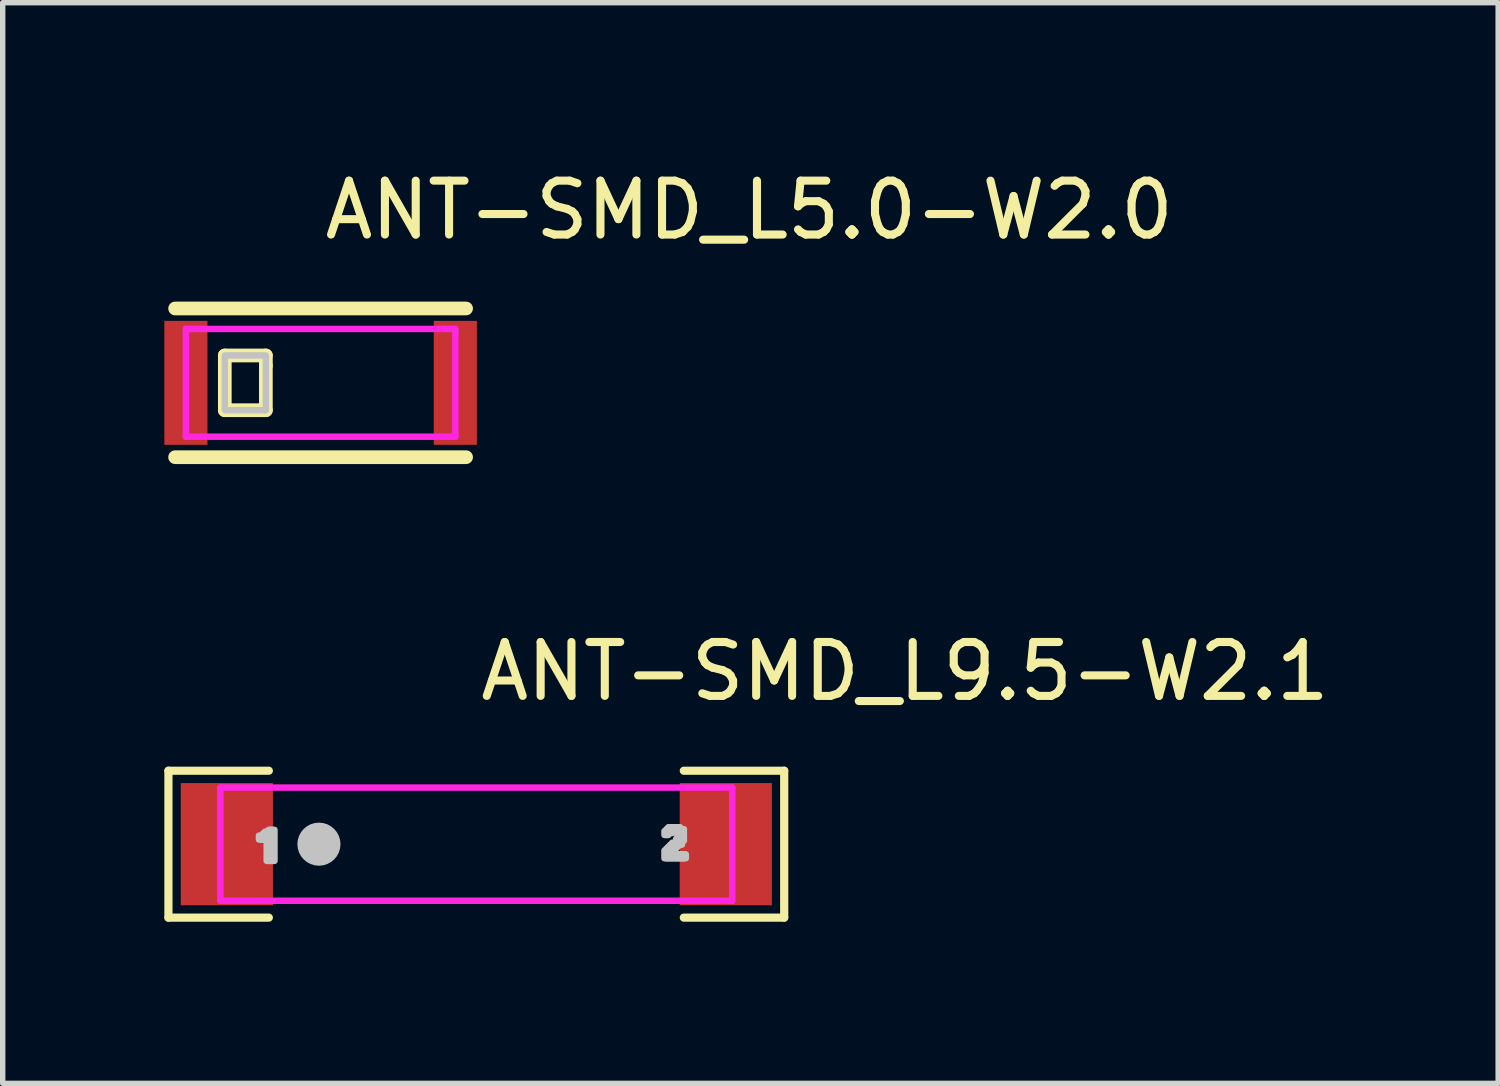
<source format=kicad_pcb>
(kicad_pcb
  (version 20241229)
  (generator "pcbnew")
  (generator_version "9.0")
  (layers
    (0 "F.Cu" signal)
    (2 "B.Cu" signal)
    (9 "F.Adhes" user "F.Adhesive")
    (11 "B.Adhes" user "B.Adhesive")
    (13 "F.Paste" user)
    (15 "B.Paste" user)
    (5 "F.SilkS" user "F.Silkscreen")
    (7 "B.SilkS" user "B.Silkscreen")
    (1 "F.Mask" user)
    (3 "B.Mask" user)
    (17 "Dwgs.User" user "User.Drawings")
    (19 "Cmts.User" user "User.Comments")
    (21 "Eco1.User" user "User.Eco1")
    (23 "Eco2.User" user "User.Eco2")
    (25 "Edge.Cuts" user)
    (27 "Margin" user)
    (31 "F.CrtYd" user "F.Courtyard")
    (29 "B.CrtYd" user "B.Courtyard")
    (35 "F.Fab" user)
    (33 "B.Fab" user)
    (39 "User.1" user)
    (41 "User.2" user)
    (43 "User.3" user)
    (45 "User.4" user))
  (footprint "ANT-SMD_L5.0-W2.0"
    (layer "F.Cu")
    (at 2.9 4.055)
    (property "Reference" "ANT-SMD_L5.0-W2.0" (at 0 -3.207 0) (layer "F.SilkS") (effects (font (size 1 1) (thickness 0.15)) (justify left)))
    (attr through_hole)
    (fp_line (start -2.7 -1.38) (end 2.7 -1.38) (stroke (width 0.254) (type solid)) (layer "F.SilkS"))
    (fp_line (start -2.7 1.38) (end 2.7 1.38) (stroke (width 0.254) (type solid)) (layer "F.SilkS"))
    (fp_line (start -1.778 -0.508) (end -1.778 0.508) (stroke (width 0.254) (type solid)) (layer "F.SilkS"))
    (fp_line (start -1.778 0.508) (end -1.016 0.508) (stroke (width 0.254) (type solid)) (layer "F.SilkS"))
    (fp_line (start -1.016 -0.508) (end -1.778 -0.508) (stroke (width 0.254) (type solid)) (layer "F.SilkS"))
    (fp_line (start -1.016 -0.32) (end -1.016 -0.508) (stroke (width 0.254) (type solid)) (layer "F.SilkS"))
    (fp_line (start -1.016 0.508) (end -1.016 -0.32) (stroke (width 0.254) (type solid)) (layer "F.SilkS"))
    (fp_poly (pts (xy -1.778 -0.508) (xy -1.778 0.508) (xy -1.016 0.508) (xy -1.016 -0.508)) (stroke (width 0.12) (type solid)) (fill no) (layer "Dwgs.User"))
    (fp_circle (center -2.5 1) (end -2.47 1) (stroke (width 0.06) (type solid)) (fill no) (layer "Eco2.User"))
    (fp_poly (pts (xy -2.5 -1) (xy -2 -1) (xy -2 1) (xy -2.5 1)) (stroke (width 0.12) (type solid)) (fill no) (layer "Eco2.User"))
    (fp_poly (pts (xy 2 -1) (xy 2.5 -1) (xy 2.5 1) (xy 2 1)) (stroke (width 0.12) (type solid)) (fill no) (layer "Eco2.User"))
    (fp_line (start -2.5 -1) (end 2.5 -1) (stroke (width 0.12) (type solid)) (layer "F.CrtYd"))
    (fp_line (start -2.5 1) (end -2.5 -1) (stroke (width 0.12) (type solid)) (layer "F.CrtYd"))
    (fp_line (start 2.5 -1) (end 2.5 1) (stroke (width 0.12) (type solid)) (layer "F.CrtYd"))
    (fp_line (start 2.5 1) (end -2.5 1) (stroke (width 0.12) (type solid)) (layer "F.CrtYd"))
    (pad "1" smd rect (at -2.5 0) (size 0.8 2.3) (layers "F.Cu" "F.Mask" "F.Paste"))
    (pad "2" smd rect (at 2.5 0) (size 0.8 2.3) (layers "F.Cu" "F.Mask" "F.Paste")))
  (footprint "ANT-SMD_L9.5-W2.1"
    (layer "F.Cu")
    (at 5.79 12.617)
    (property "Reference" "ANT-SMD_L9.5-W2.1" (at 0 -3.207 0) (layer "F.SilkS") (effects (font (size 1 1) (thickness 0.15)) (justify left)))
    (attr through_hole)
    (fp_line (start -5.714 -1.363) (end -3.851 -1.363) (stroke (width 0.152) (type solid)) (layer "F.SilkS"))
    (fp_line (start -5.714 1.363) (end -5.714 -1.363) (stroke (width 0.152) (type solid)) (layer "F.SilkS"))
    (fp_line (start -3.851 1.363) (end -5.714 1.363) (stroke (width 0.152) (type solid)) (layer "F.SilkS"))
    (fp_line (start 3.851 1.363) (end 5.714 1.363) (stroke (width 0.152) (type solid)) (layer "F.SilkS"))
    (fp_line (start 5.714 -1.363) (end 3.851 -1.363) (stroke (width 0.152) (type solid)) (layer "F.SilkS"))
    (fp_line (start 5.714 1.363) (end 5.714 -1.363) (stroke (width 0.152) (type solid)) (layer "F.SilkS"))
    (fp_poly (pts (xy -3.775 1.034) (xy -3.775 0.486) (xy -3.875 0.386) (xy -4.256 0.386) (xy -4.356 0.286) (xy -4.356 -0.286) (xy -4.256 -0.386) (xy -3.875 -0.386) (xy -3.775 -0.486) (xy -3.775 -1.034) (xy -3.875 -1.134) (xy -5.385 -1.134) (xy -5.485 -1.034) (xy -5.485 1.034) (xy -5.385 1.134) (xy -3.875 1.134)) (stroke (width 0.12) (type solid)) (fill yes) (layer "F.Paste"))
    (fp_poly (pts (xy 3.775 1.034) (xy 3.775 0.486) (xy 3.875 0.386) (xy 4.256 0.386) (xy 4.356 0.286) (xy 4.356 -0.286) (xy 4.256 -0.386) (xy 3.875 -0.386) (xy 3.775 -0.486) (xy 3.775 -1.034) (xy 3.875 -1.134) (xy 5.385 -1.134) (xy 5.485 -1.034) (xy 5.485 1.034) (xy 5.385 1.134) (xy 3.875 1.134)) (stroke (width 0.12) (type solid)) (fill yes) (layer "F.Paste"))
    (fp_circle (center -2.921 0) (end -2.721 0) (stroke (width 0.4) (type solid)) (fill no) (layer "Dwgs.User"))
    (fp_poly (pts (xy -4.034 -0.158) (xy -3.998 -0.158) (xy -3.998 -0.086) (xy -4.034 -0.086)) (stroke (width 0.12) (type solid)) (fill no) (layer "Dwgs.User"))
    (fp_poly (pts (xy -3.998 -0.158) (xy -3.962 -0.158) (xy -3.962 -0.086) (xy -3.998 -0.086)) (stroke (width 0.12) (type solid)) (fill no) (layer "Dwgs.User"))
    (fp_poly (pts (xy -3.962 -0.194) (xy -3.926 -0.194) (xy -3.926 -0.086) (xy -3.962 -0.086)) (stroke (width 0.12) (type solid)) (fill no) (layer "Dwgs.User"))
    (fp_poly (pts (xy -3.926 -0.23) (xy -3.89 -0.23) (xy -3.89 -0.122) (xy -3.926 -0.122)) (stroke (width 0.12) (type solid)) (fill no) (layer "Dwgs.User"))
    (fp_poly (pts (xy -3.89 -0.23) (xy -3.854 -0.23) (xy -3.854 0.31) (xy -3.89 0.31)) (stroke (width 0.12) (type solid)) (fill no) (layer "Dwgs.User"))
    (fp_poly (pts (xy -3.854 -0.266) (xy -3.818 -0.266) (xy -3.818 0.31) (xy -3.854 0.31)) (stroke (width 0.12) (type solid)) (fill no) (layer "Dwgs.User"))
    (fp_poly (pts (xy -3.818 -0.266) (xy -3.782 -0.266) (xy -3.782 0.31) (xy -3.818 0.31)) (stroke (width 0.12) (type solid)) (fill no) (layer "Dwgs.User"))
    (fp_poly (pts (xy -3.782 -0.266) (xy -3.746 -0.266) (xy -3.746 0.31) (xy -3.782 0.31)) (stroke (width 0.12) (type solid)) (fill no) (layer "Dwgs.User"))
    (fp_poly (pts (xy 3.492 -0.243) (xy 3.528 -0.243) (xy 3.528 -0.171) (xy 3.492 -0.171)) (stroke (width 0.12) (type solid)) (fill no) (layer "Dwgs.User"))
    (fp_poly (pts (xy 3.492 0.117) (xy 3.528 0.117) (xy 3.528 0.261) (xy 3.492 0.261)) (stroke (width 0.12) (type solid)) (fill no) (layer "Dwgs.User"))
    (fp_poly (pts (xy 3.528 -0.279) (xy 3.564 -0.279) (xy 3.564 -0.171) (xy 3.528 -0.171)) (stroke (width 0.12) (type solid)) (fill no) (layer "Dwgs.User"))
    (fp_poly (pts (xy 3.528 0.081) (xy 3.564 0.081) (xy 3.564 0.261) (xy 3.528 0.261)) (stroke (width 0.12) (type solid)) (fill no) (layer "Dwgs.User"))
    (fp_poly (pts (xy 3.564 -0.315) (xy 3.6 -0.315) (xy 3.6 -0.207) (xy 3.564 -0.207)) (stroke (width 0.12) (type solid)) (fill no) (layer "Dwgs.User"))
    (fp_poly (pts (xy 3.564 0.045) (xy 3.6 0.045) (xy 3.6 0.261) (xy 3.564 0.261)) (stroke (width 0.12) (type solid)) (fill no) (layer "Dwgs.User"))
    (fp_poly (pts (xy 3.6 -0.315) (xy 3.636 -0.315) (xy 3.636 -0.207) (xy 3.6 -0.207)) (stroke (width 0.12) (type solid)) (fill no) (layer "Dwgs.User"))
    (fp_poly (pts (xy 3.6 0.009) (xy 3.636 0.009) (xy 3.636 0.117) (xy 3.6 0.117)) (stroke (width 0.12) (type solid)) (fill no) (layer "Dwgs.User"))
    (fp_poly (pts (xy 3.6 0.189) (xy 3.636 0.189) (xy 3.636 0.261) (xy 3.6 0.261)) (stroke (width 0.12) (type solid)) (fill no) (layer "Dwgs.User"))
    (fp_poly (pts (xy 3.636 -0.315) (xy 3.672 -0.315) (xy 3.672 -0.243) (xy 3.636 -0.243)) (stroke (width 0.12) (type solid)) (fill no) (layer "Dwgs.User"))
    (fp_poly (pts (xy 3.636 -0.027) (xy 3.672 -0.027) (xy 3.672 0.081) (xy 3.636 0.081)) (stroke (width 0.12) (type solid)) (fill no) (layer "Dwgs.User"))
    (fp_poly (pts (xy 3.636 0.189) (xy 3.672 0.189) (xy 3.672 0.261) (xy 3.636 0.261)) (stroke (width 0.12) (type solid)) (fill no) (layer "Dwgs.User"))
    (fp_poly (pts (xy 3.672 -0.315) (xy 3.708 -0.315) (xy 3.708 -0.243) (xy 3.672 -0.243)) (stroke (width 0.12) (type solid)) (fill no) (layer "Dwgs.User"))
    (fp_poly (pts (xy 3.672 -0.027) (xy 3.708 -0.027) (xy 3.708 0.081) (xy 3.672 0.081)) (stroke (width 0.12) (type solid)) (fill no) (layer "Dwgs.User"))
    (fp_poly (pts (xy 3.672 0.189) (xy 3.708 0.189) (xy 3.708 0.261) (xy 3.672 0.261)) (stroke (width 0.12) (type solid)) (fill no) (layer "Dwgs.User"))
    (fp_poly (pts (xy 3.708 -0.315) (xy 3.744 -0.315) (xy 3.744 -0.207) (xy 3.708 -0.207)) (stroke (width 0.12) (type solid)) (fill no) (layer "Dwgs.User"))
    (fp_poly (pts (xy 3.708 -0.099) (xy 3.744 -0.099) (xy 3.744 0.045) (xy 3.708 0.045)) (stroke (width 0.12) (type solid)) (fill no) (layer "Dwgs.User"))
    (fp_poly (pts (xy 3.708 0.189) (xy 3.744 0.189) (xy 3.744 0.261) (xy 3.708 0.261)) (stroke (width 0.12) (type solid)) (fill no) (layer "Dwgs.User"))
    (fp_poly (pts (xy 3.744 -0.315) (xy 3.78 -0.315) (xy 3.78 0.009) (xy 3.744 0.009)) (stroke (width 0.12) (type solid)) (fill no) (layer "Dwgs.User"))
    (fp_poly (pts (xy 3.744 0.189) (xy 3.78 0.189) (xy 3.78 0.261) (xy 3.744 0.261)) (stroke (width 0.12) (type solid)) (fill no) (layer "Dwgs.User"))
    (fp_poly (pts (xy 3.78 -0.279) (xy 3.816 -0.279) (xy 3.816 0.009) (xy 3.78 0.009)) (stroke (width 0.12) (type solid)) (fill no) (layer "Dwgs.User"))
    (fp_poly (pts (xy 3.78 0.189) (xy 3.816 0.189) (xy 3.816 0.261) (xy 3.78 0.261)) (stroke (width 0.12) (type solid)) (fill no) (layer "Dwgs.User"))
    (fp_poly (pts (xy 3.816 -0.279) (xy 3.852 -0.279) (xy 3.852 -0.063) (xy 3.816 -0.063)) (stroke (width 0.12) (type solid)) (fill no) (layer "Dwgs.User"))
    (fp_poly (pts (xy 3.816 0.189) (xy 3.852 0.189) (xy 3.852 0.261) (xy 3.816 0.261)) (stroke (width 0.12) (type solid)) (fill no) (layer "Dwgs.User"))
    (fp_poly (pts (xy 3.852 0.189) (xy 3.888 0.189) (xy 3.888 0.261) (xy 3.852 0.261)) (stroke (width 0.12) (type solid)) (fill no) (layer "Dwgs.User"))
    (fp_circle (center -4.75 1.05) (end -4.72 1.05) (stroke (width 0.06) (type solid)) (fill no) (layer "Eco2.User"))
    (fp_poly (pts (xy -4.75 1.05) (xy -4.75 -1.05) (xy -4.1 -1.05) (xy -4.1 1.05)) (stroke (width 0.12) (type solid)) (fill no) (layer "Eco2.User"))
    (fp_poly (pts (xy 4.75 1.05) (xy 4.75 -1.05) (xy 4.1 -1.05) (xy 4.1 1.05)) (stroke (width 0.12) (type solid)) (fill no) (layer "Eco2.User"))
    (fp_line (start -4.75 -1.05) (end 4.75 -1.05) (stroke (width 0.12) (type solid)) (layer "F.CrtYd"))
    (fp_line (start -4.75 1.05) (end -4.75 -1.05) (stroke (width 0.12) (type solid)) (layer "F.CrtYd"))
    (fp_line (start 4.75 -1.05) (end 4.75 1.05) (stroke (width 0.12) (type solid)) (layer "F.CrtYd"))
    (fp_line (start 4.75 1.05) (end -4.75 1.05) (stroke (width 0.12) (type solid)) (layer "F.CrtYd"))
    (pad "1" smd rect (at -4.63 0) (size 1.71 2.268) (layers "F.Cu" "F.Mask" "F.Paste"))
    (pad "2" smd rect (at 4.63 0) (size 1.71 2.268) (layers "F.Cu" "F.Mask" "F.Paste")))
  (gr_rect
    (start -3 -3)
    (end 24.754 17.056)
    (stroke (width 0.1) (type default))
    (fill no)
    (layer "Edge.Cuts")))
</source>
